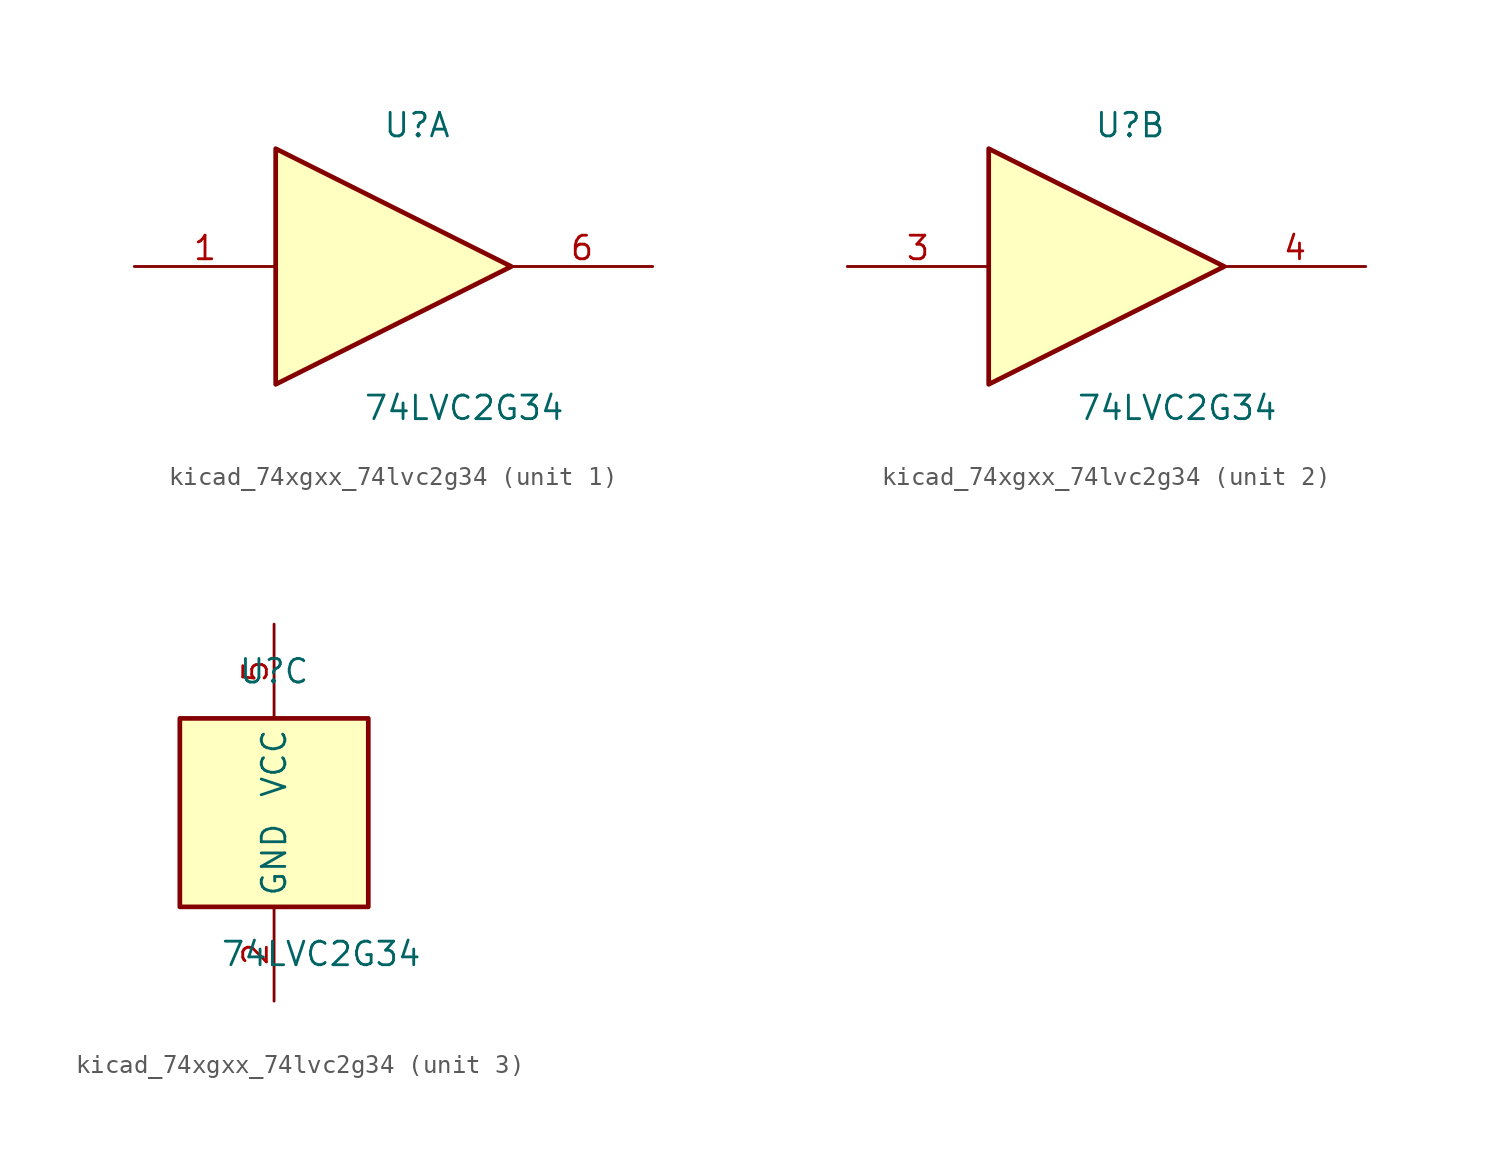
<source format=kicad_sym>
(kicad_symbol_lib
  (version 20220914)
  (generator kicad_symbol_editor)
  (symbol "kicad_74xgxx_74lvc2g34"
    (property "Reference" "U"
      (at 0 7.62 0)
      (effects (font (size 1.27 1.27))))
    (property "Value" "74LVC2G34"
      (at 2.54 -7.62 0)
      (effects (font (size 1.27 1.27))))
    (symbol "kicad_74xgxx_74lvc2g34_1_1"
      (polyline (pts (xy -7.62 6.35) (xy -7.62 -6.35) (xy 5.08 0) (xy -7.62 6.35)) (stroke (width 0.254) (type default)) (fill (type background)))
      (pin input line (at -15.24 0 0) (length 7.62) (name "~" (effects (font (size 1.27 1.27)))) (number "1" (effects (font (size 1.27 1.27)))))
      (pin output line (at 12.7 0 180) (length 7.62) (name "~" (effects (font (size 1.27 1.27)))) (number "6" (effects (font (size 1.27 1.27))))))
    (symbol "kicad_74xgxx_74lvc2g34_2_1"
      (polyline (pts (xy -7.62 6.35) (xy -7.62 -6.35) (xy 5.08 0) (xy -7.62 6.35)) (stroke (width 0.254) (type default)) (fill (type background)))
      (pin input line (at -15.24 0 0) (length 7.62) (name "~" (effects (font (size 1.27 1.27)))) (number "3" (effects (font (size 1.27 1.27)))))
      (pin output line (at 12.7 0 180) (length 7.62) (name "~" (effects (font (size 1.27 1.27)))) (number "4" (effects (font (size 1.27 1.27))))))
    (symbol "kicad_74xgxx_74lvc2g34_3_0"
      (rectangle (start -5.08 -5.08) (end 5.08 5.08) (stroke (width 0.254) (type default)) (fill (type background))))
    (symbol "kicad_74xgxx_74lvc2g34_3_1"
      (pin power_in line (at 0 -10.16 90) (length 5.08) (name "GND" (effects (font (size 1.27 1.27)))) (number "2" (effects (font (size 1.27 1.27)))))
      (pin power_in line (at 0 10.16 270) (length 5.08) (name "VCC" (effects (font (size 1.27 1.27)))) (number "5" (effects (font (size 1.27 1.27))))))))
</source>
